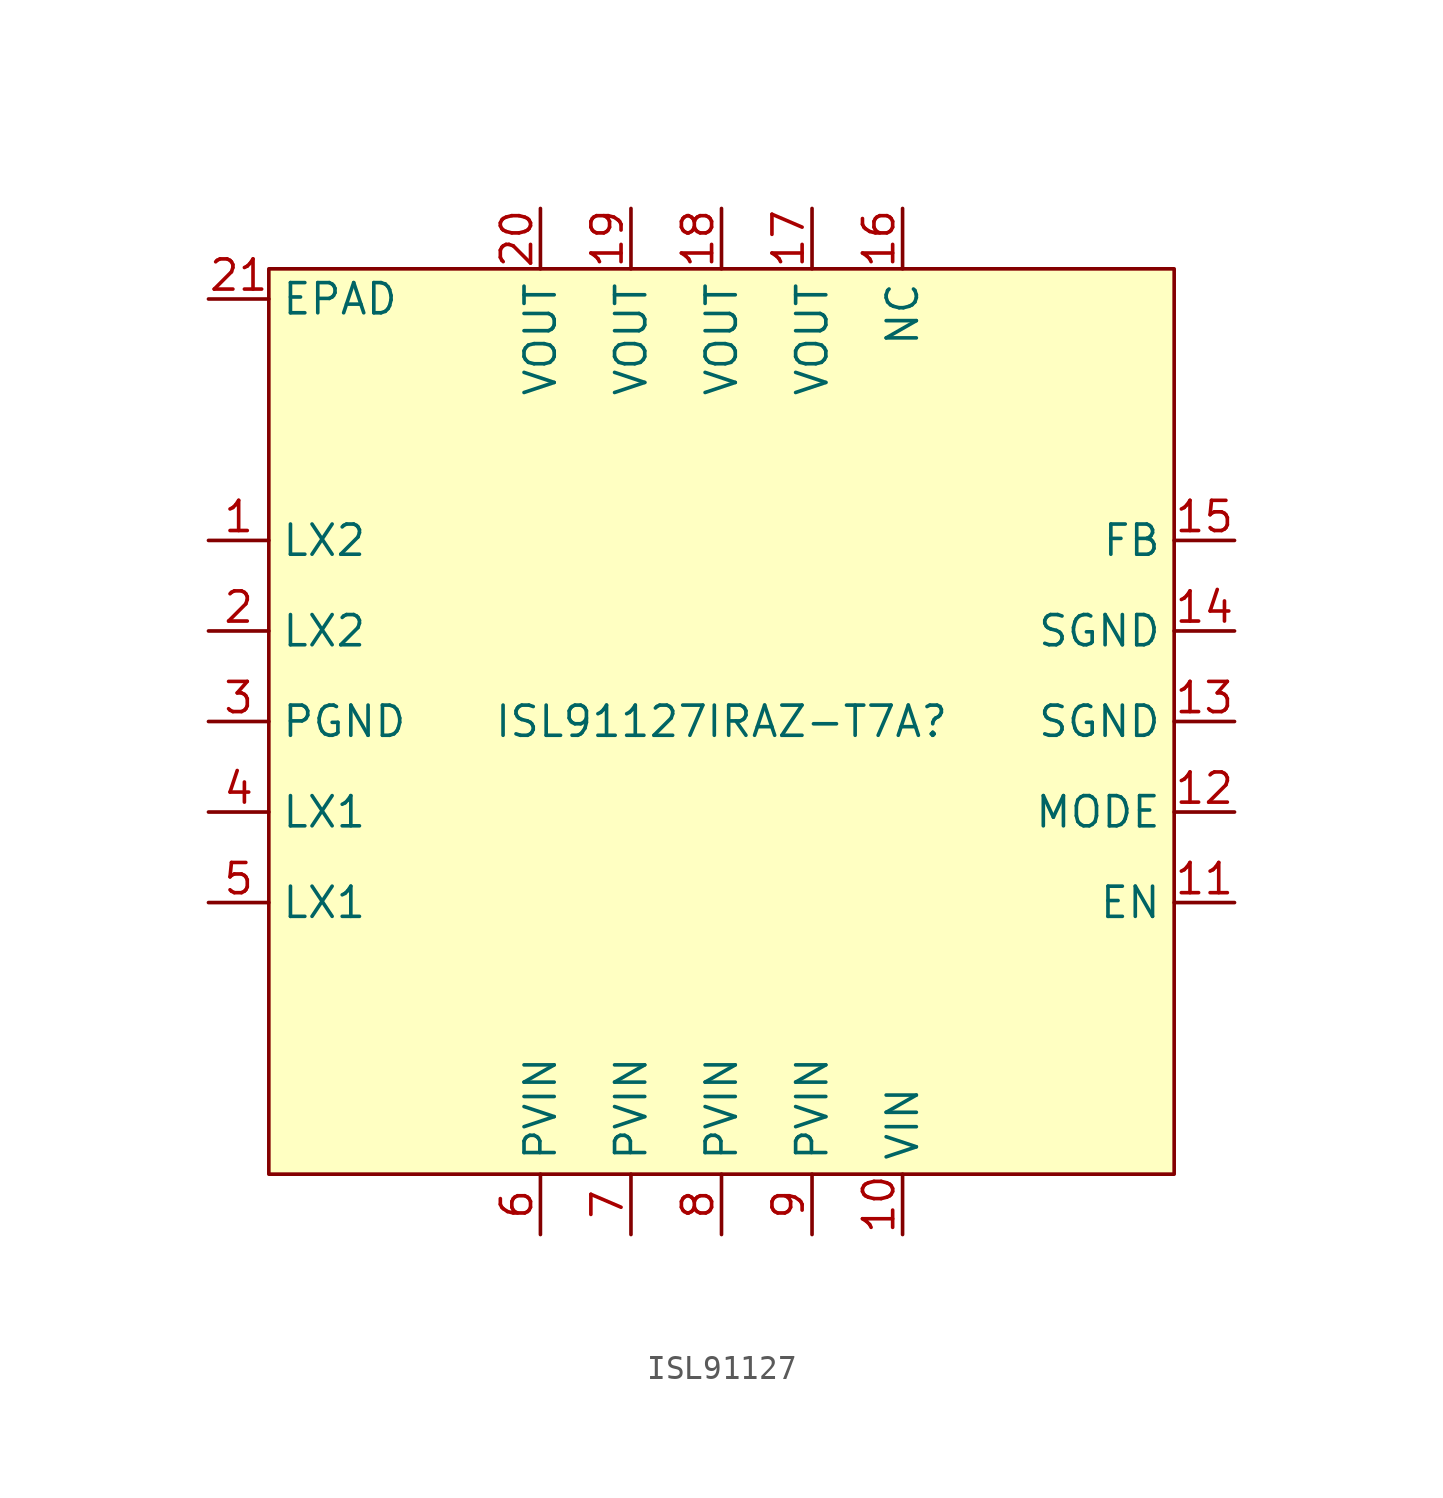
<source format=kicad_sym>
(kicad_symbol_lib
  (version 20220914)
  (generator kicad_symbol_editor)
  (symbol "ISL91127"
    (property "Reference" "ISL91127IRAZ-T7A"
      (at 0 0 0)
      (effects (font (size 1.27 1.27))))
    (property "Value" ""
      (at -11.43 -13.97 0)
      (effects (font (size 1.27 1.27))))
    (symbol "ISL91127_1_1"
      (rectangle (start -19.05 19.05) (end 19.05 -19.05) (stroke (width 0) (type default)) (fill (type background)))
      (pin input line (at -21.59 7.62 0) (length 2.54) (name "LX2" (effects (font (size 1.27 1.27)))) (number "1" (effects (font (size 1.27 1.27)))))
      (pin input line (at 7.62 -21.59 90) (length 2.54) (name "VIN" (effects (font (size 1.27 1.27)))) (number "10" (effects (font (size 1.27 1.27)))))
      (pin input line (at 21.59 -7.62 180) (length 2.54) (name "EN" (effects (font (size 1.27 1.27)))) (number "11" (effects (font (size 1.27 1.27)))))
      (pin input line (at 21.59 -3.81 180) (length 2.54) (name "MODE" (effects (font (size 1.27 1.27)))) (number "12" (effects (font (size 1.27 1.27)))))
      (pin input line (at 21.59 0 180) (length 2.54) (name "SGND" (effects (font (size 1.27 1.27)))) (number "13" (effects (font (size 1.27 1.27)))))
      (pin input line (at 21.59 3.81 180) (length 2.54) (name "SGND" (effects (font (size 1.27 1.27)))) (number "14" (effects (font (size 1.27 1.27)))))
      (pin input line (at 21.59 7.62 180) (length 2.54) (name "FB" (effects (font (size 1.27 1.27)))) (number "15" (effects (font (size 1.27 1.27)))))
      (pin input line (at 7.62 21.59 270) (length 2.54) (name "NC" (effects (font (size 1.27 1.27)))) (number "16" (effects (font (size 1.27 1.27)))))
      (pin input line (at 3.81 21.59 270) (length 2.54) (name "VOUT" (effects (font (size 1.27 1.27)))) (number "17" (effects (font (size 1.27 1.27)))))
      (pin input line (at 0 21.59 270) (length 2.54) (name "VOUT" (effects (font (size 1.27 1.27)))) (number "18" (effects (font (size 1.27 1.27)))))
      (pin input line (at -3.81 21.59 270) (length 2.54) (name "VOUT" (effects (font (size 1.27 1.27)))) (number "19" (effects (font (size 1.27 1.27)))))
      (pin input line (at -21.59 3.81 0) (length 2.54) (name "LX2" (effects (font (size 1.27 1.27)))) (number "2" (effects (font (size 1.27 1.27)))))
      (pin input line (at -7.62 21.59 270) (length 2.54) (name "VOUT" (effects (font (size 1.27 1.27)))) (number "20" (effects (font (size 1.27 1.27)))))
      (pin input line (at -21.59 17.78 0) (length 2.54) (name "EPAD" (effects (font (size 1.27 1.27)))) (number "21" (effects (font (size 1.27 1.27)))))
      (pin input line (at -21.59 0 0) (length 2.54) (name "PGND" (effects (font (size 1.27 1.27)))) (number "3" (effects (font (size 1.27 1.27)))))
      (pin input line (at -21.59 -3.81 0) (length 2.54) (name "LX1" (effects (font (size 1.27 1.27)))) (number "4" (effects (font (size 1.27 1.27)))))
      (pin input line (at -21.59 -7.62 0) (length 2.54) (name "LX1" (effects (font (size 1.27 1.27)))) (number "5" (effects (font (size 1.27 1.27)))))
      (pin input line (at -7.62 -21.59 90) (length 2.54) (name "PVIN" (effects (font (size 1.27 1.27)))) (number "6" (effects (font (size 1.27 1.27)))))
      (pin input line (at -3.81 -21.59 90) (length 2.54) (name "PVIN" (effects (font (size 1.27 1.27)))) (number "7" (effects (font (size 1.27 1.27)))))
      (pin input line (at 0 -21.59 90) (length 2.54) (name "PVIN" (effects (font (size 1.27 1.27)))) (number "8" (effects (font (size 1.27 1.27)))))
      (pin input line (at 3.81 -21.59 90) (length 2.54) (name "PVIN" (effects (font (size 1.27 1.27)))) (number "9" (effects (font (size 1.27 1.27))))))))
</source>
